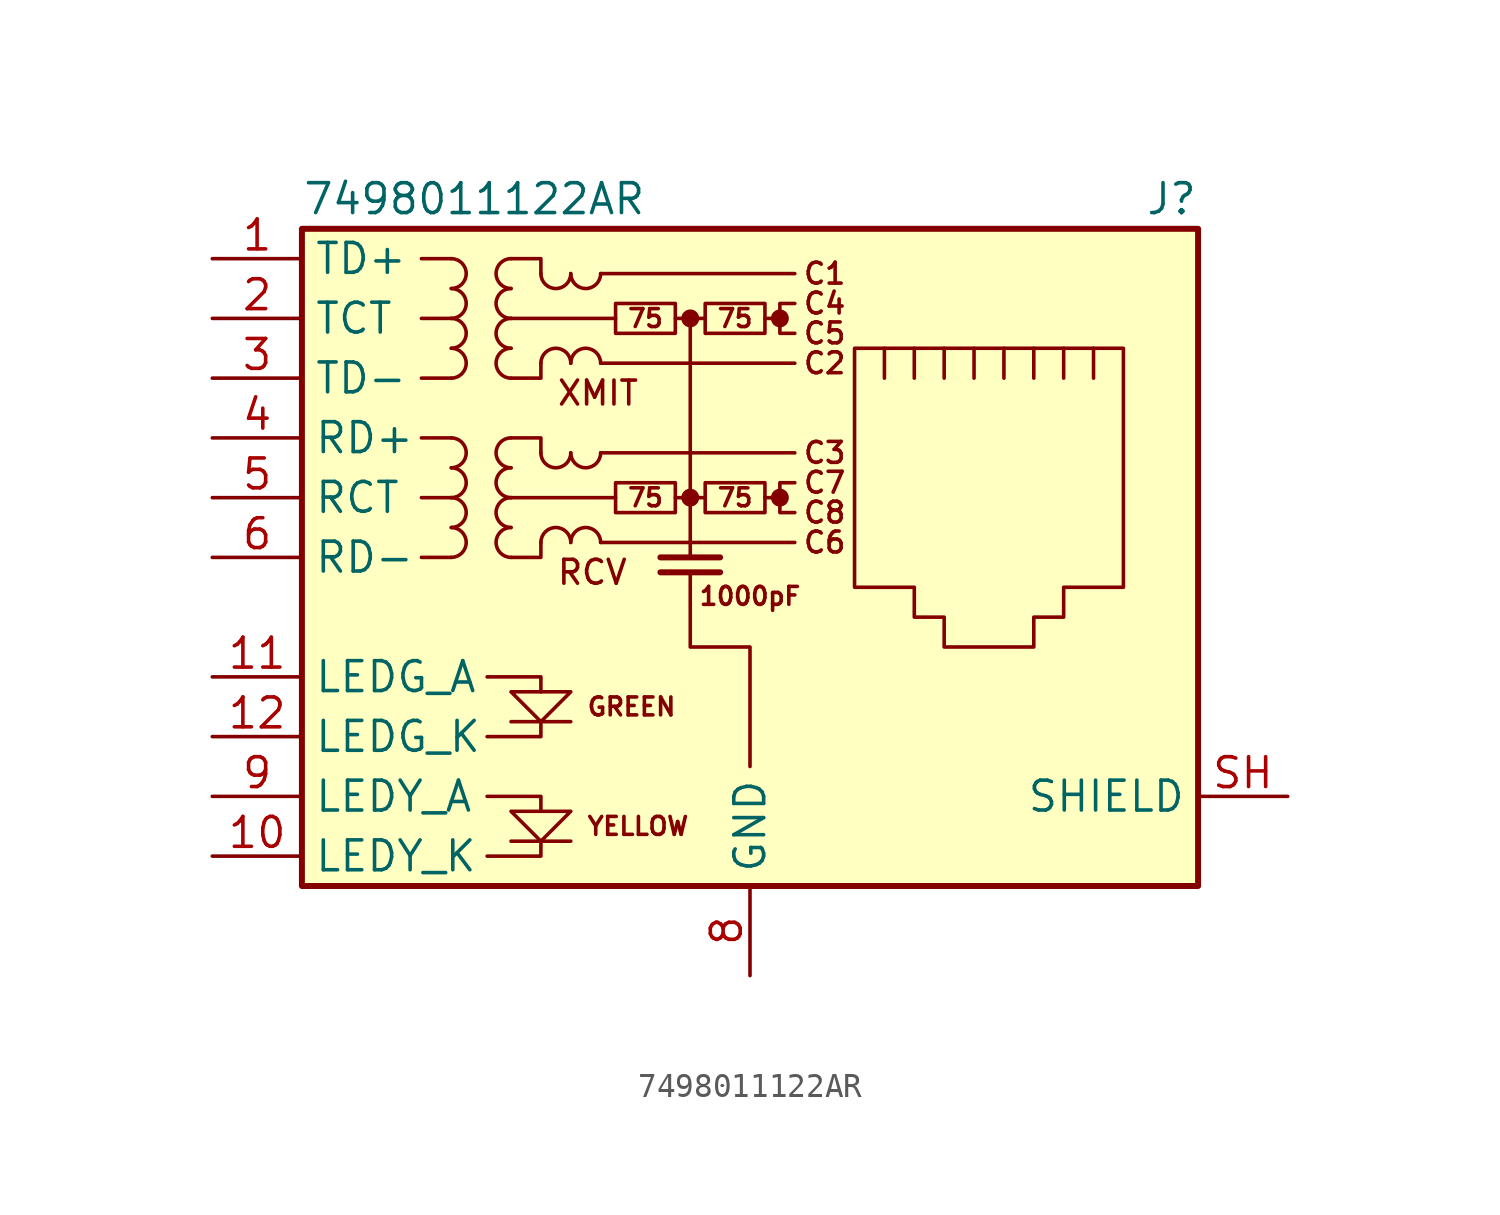
<source format=kicad_sym>
(kicad_symbol_lib
  (version 20220914)
  (generator kicad_symbol_editor)
  (symbol "7498011122AR"
    (property "Reference" "J"
      (at 19.05 15.24 0)
      (effects (font (size 1.27 1.27)) (justify right)))
    (property "Value" "7498011122AR"
      (at -19.05 15.24 0)
      (effects (font (size 1.27 1.27)) (justify left)))
    (symbol "7498011122AR_0_0"
      (circle (center -2.54 2.54) (radius 0.254) (stroke (width 0.254) (type default)) (fill (type outline)))
      (circle (center -2.54 10.16) (radius 0.254) (stroke (width 0.254) (type default)) (fill (type outline)))
      (polyline (pts (xy -7.62 -12.065) (xy -10.16 -12.065)) (stroke (width 0) (type default)) (fill (type none)))
      (polyline (pts (xy -7.62 -6.985) (xy -10.16 -6.985)) (stroke (width 0) (type default)) (fill (type none)))
      (polyline (pts (xy -2.54 10.16) (xy -2.54 0)) (stroke (width 0) (type default)) (fill (type none)))
      (polyline (pts (xy -1.27 -0.635) (xy -3.81 -0.635)) (stroke (width 0.254) (type default)) (fill (type none)))
      (polyline (pts (xy -1.27 0) (xy -3.81 0)) (stroke (width 0.254) (type default)) (fill (type none)))
      (polyline (pts (xy 1.27 2.54) (xy 0.635 2.54)) (stroke (width 0) (type default)) (fill (type none)))
      (polyline (pts (xy 1.27 10.16) (xy 0.635 10.16)) (stroke (width 0) (type default)) (fill (type none)))
      (polyline (pts (xy -11.176 -12.7) (xy -8.89 -12.7) (xy -8.89 -12.065)) (stroke (width 0) (type default)) (fill (type none)))
      (polyline (pts (xy -11.176 -10.16) (xy -8.89 -10.16) (xy -8.89 -10.795)) (stroke (width 0) (type default)) (fill (type none)))
      (polyline (pts (xy -11.176 -5.08) (xy -8.89 -5.08) (xy -8.89 -5.715)) (stroke (width 0) (type default)) (fill (type none)))
      (polyline (pts (xy -8.89 -6.985) (xy -8.89 -7.62) (xy -11.176 -7.62)) (stroke (width 0) (type default)) (fill (type none)))
      (polyline (pts (xy -10.16 -5.715) (xy -7.62 -5.715) (xy -8.89 -6.985) (xy -10.16 -5.715)) (stroke (width 0) (type default)) (fill (type none)))
      (polyline (pts (xy -7.62 -10.795) (xy -10.16 -10.795) (xy -8.89 -12.065) (xy -7.62 -10.795)) (stroke (width 0) (type default)) (fill (type none)))
      (polyline (pts (xy -2.54 -0.635) (xy -2.54 -3.81) (xy 0 -3.81) (xy 0 -8.89)) (stroke (width 0) (type default)) (fill (type none)))
      (polyline (pts (xy 1.905 3.175) (xy 1.27 3.175) (xy 1.27 1.905) (xy 1.905 1.905)) (stroke (width 0) (type default)) (fill (type none)))
      (polyline (pts (xy 1.905 10.795) (xy 1.27 10.795) (xy 1.27 9.525) (xy 1.905 9.525)) (stroke (width 0) (type default)) (fill (type none)))
      (circle (center 1.27 2.54) (radius 0.254) (stroke (width 0.254) (type default)) (fill (type outline)))
      (circle (center 1.27 10.16) (radius 0.254) (stroke (width 0.254) (type default)) (fill (type outline)))
      (text "1000pF" (at 0 -1.651 0) (effects (font (size 0.762 0.762))))
      (text "75" (at -4.445 2.54 0) (effects (font (size 0.762 0.762))))
      (text "75" (at -4.445 10.16 0) (effects (font (size 0.762 0.762))))
      (text "75" (at -0.635 2.54 0) (effects (font (size 0.762 0.762))))
      (text "75" (at -0.635 10.16 0) (effects (font (size 0.762 0.762))))
      (text "C1" (at 3.175 12.065 0) (effects (font (size 0.889 0.889))))
      (text "C2" (at 3.175 8.255 0) (effects (font (size 0.889 0.889))))
      (text "C3" (at 3.175 4.445 0) (effects (font (size 0.889 0.889))))
      (text "C4" (at 3.175 10.795 0) (effects (font (size 0.889 0.889))))
      (text "C5" (at 3.175 9.525 0) (effects (font (size 0.889 0.889))))
      (text "C6" (at 3.175 0.635 0) (effects (font (size 0.889 0.889))))
      (text "C7" (at 3.175 3.175 0) (effects (font (size 0.889 0.889))))
      (text "C8" (at 3.175 1.905 0) (effects (font (size 0.889 0.889))))
      (text "GREEN" (at -6.985 -6.35 0) (effects (font (size 0.762 0.762)) (justify left)))
      (text "RCV" (at -8.255 -0.635 0) (effects (font (size 1.016 1.016)) (justify left)))
      (text "XMIT" (at -8.255 6.985 0) (effects (font (size 1.016 1.016)) (justify left)))
      (text "YELLOW" (at -6.985 -11.43 0) (effects (font (size 0.762 0.762)) (justify left))))
    (symbol "7498011122AR_0_1"
      (rectangle (start -19.05 13.97) (end 19.05 -13.97) (stroke (width 0.254) (type default)) (fill (type background)))
      (arc (start -12.7 0) (mid -12.0677 0.635) (end -12.7 1.27) (stroke (width 0) (type default)) (fill (type none)))
      (arc (start -12.7 1.27) (mid -12.0677 1.905) (end -12.7 2.54) (stroke (width 0) (type default)) (fill (type none)))
      (arc (start -12.7 2.54) (mid -12.0677 3.175) (end -12.7 3.81) (stroke (width 0) (type default)) (fill (type none)))
      (arc (start -12.7 3.81) (mid -12.0677 4.445) (end -12.7 5.08) (stroke (width 0) (type default)) (fill (type none)))
      (arc (start -12.7 7.62) (mid -12.0677 8.255) (end -12.7 8.89) (stroke (width 0) (type default)) (fill (type none)))
      (arc (start -12.7 8.89) (mid -12.0677 9.525) (end -12.7 10.16) (stroke (width 0) (type default)) (fill (type none)))
      (arc (start -12.7 10.16) (mid -12.0677 10.795) (end -12.7 11.43) (stroke (width 0) (type default)) (fill (type none)))
      (arc (start -12.7 11.43) (mid -12.0677 12.065) (end -12.7 12.7) (stroke (width 0) (type default)) (fill (type none)))
      (arc (start -10.16 1.27) (mid -10.7923 0.635) (end -10.16 0) (stroke (width 0) (type default)) (fill (type none)))
      (arc (start -10.16 2.54) (mid -10.7923 1.905) (end -10.16 1.27) (stroke (width 0) (type default)) (fill (type none)))
      (arc (start -10.16 3.81) (mid -10.7923 3.175) (end -10.16 2.54) (stroke (width 0) (type default)) (fill (type none)))
      (arc (start -10.16 5.08) (mid -10.7923 4.445) (end -10.16 3.81) (stroke (width 0) (type default)) (fill (type none)))
      (arc (start -10.16 8.89) (mid -10.7923 8.255) (end -10.16 7.62) (stroke (width 0) (type default)) (fill (type none)))
      (arc (start -10.16 10.16) (mid -10.7923 9.525) (end -10.16 8.89) (stroke (width 0) (type default)) (fill (type none)))
      (arc (start -10.16 11.43) (mid -10.7923 10.795) (end -10.16 10.16) (stroke (width 0) (type default)) (fill (type none)))
      (arc (start -10.16 12.7) (mid -10.7923 12.065) (end -10.16 11.43) (stroke (width 0) (type default)) (fill (type none)))
      (arc (start -8.89 4.445) (mid -8.255 3.8127) (end -7.62 4.445) (stroke (width 0) (type default)) (fill (type none)))
      (arc (start -8.89 12.065) (mid -8.255 11.4327) (end -7.62 12.065) (stroke (width 0) (type default)) (fill (type none)))
      (arc (start -7.62 0.635) (mid -8.255 1.2673) (end -8.89 0.635) (stroke (width 0) (type default)) (fill (type none)))
      (arc (start -7.62 4.445) (mid -6.985 3.8127) (end -6.35 4.445) (stroke (width 0) (type default)) (fill (type none)))
      (arc (start -7.62 8.255) (mid -8.255 8.8873) (end -8.89 8.255) (stroke (width 0) (type default)) (fill (type none)))
      (arc (start -7.62 12.065) (mid -6.985 11.4327) (end -6.35 12.065) (stroke (width 0) (type default)) (fill (type none)))
      (arc (start -6.35 0.635) (mid -6.985 1.2673) (end -7.62 0.635) (stroke (width 0) (type default)) (fill (type none)))
      (arc (start -6.35 8.255) (mid -6.985 8.8873) (end -7.62 8.255) (stroke (width 0) (type default)) (fill (type none)))
      (rectangle (start -5.715 3.175) (end -3.175 1.905) (stroke (width 0) (type default)) (fill (type none)))
      (rectangle (start -5.715 10.795) (end -3.175 9.525) (stroke (width 0) (type default)) (fill (type none)))
      (rectangle (start -1.905 3.175) (end 0.635 1.905) (stroke (width 0) (type default)) (fill (type none)))
      (rectangle (start -1.905 10.795) (end 0.635 9.525) (stroke (width 0) (type default)) (fill (type none)))
      (polyline (pts (xy -12.7 0) (xy -13.97 0)) (stroke (width 0) (type default)) (fill (type none)))
      (polyline (pts (xy -12.7 2.54) (xy -13.97 2.54)) (stroke (width 0) (type default)) (fill (type none)))
      (polyline (pts (xy -12.7 5.08) (xy -13.97 5.08)) (stroke (width 0) (type default)) (fill (type none)))
      (polyline (pts (xy -12.7 7.62) (xy -13.97 7.62)) (stroke (width 0) (type default)) (fill (type none)))
      (polyline (pts (xy -12.7 10.16) (xy -13.97 10.16)) (stroke (width 0) (type default)) (fill (type none)))
      (polyline (pts (xy -12.7 12.7) (xy -13.97 12.7)) (stroke (width 0) (type default)) (fill (type none)))
      (polyline (pts (xy -6.35 0.635) (xy 1.905 0.635)) (stroke (width 0) (type default)) (fill (type none)))
      (polyline (pts (xy -6.35 4.445) (xy 1.905 4.445)) (stroke (width 0) (type default)) (fill (type none)))
      (polyline (pts (xy -6.35 8.255) (xy 1.905 8.255)) (stroke (width 0) (type default)) (fill (type none)))
      (polyline (pts (xy -6.35 12.065) (xy 1.905 12.065)) (stroke (width 0) (type default)) (fill (type none)))
      (polyline (pts (xy -5.715 2.54) (xy -10.16 2.54)) (stroke (width 0) (type default)) (fill (type none)))
      (polyline (pts (xy -5.715 10.16) (xy -10.16 10.16)) (stroke (width 0) (type default)) (fill (type none)))
      (polyline (pts (xy -3.175 2.54) (xy -1.905 2.54)) (stroke (width 0) (type default)) (fill (type none)))
      (polyline (pts (xy -3.175 10.16) (xy -1.905 10.16)) (stroke (width 0) (type default)) (fill (type none)))
      (polyline (pts (xy 5.715 7.62) (xy 5.715 8.89)) (stroke (width 0) (type default)) (fill (type none)))
      (polyline (pts (xy 6.985 8.89) (xy 6.985 7.62)) (stroke (width 0) (type default)) (fill (type none)))
      (polyline (pts (xy 8.255 8.89) (xy 8.255 7.62)) (stroke (width 0) (type default)) (fill (type none)))
      (polyline (pts (xy 9.525 8.89) (xy 9.525 7.62)) (stroke (width 0) (type default)) (fill (type none)))
      (polyline (pts (xy 10.795 8.89) (xy 10.795 7.62)) (stroke (width 0) (type default)) (fill (type none)))
      (polyline (pts (xy 12.065 8.89) (xy 12.065 7.62)) (stroke (width 0) (type default)) (fill (type none)))
      (polyline (pts (xy 13.335 7.62) (xy 13.335 8.89)) (stroke (width 0) (type default)) (fill (type none)))
      (polyline (pts (xy 14.605 7.62) (xy 14.605 8.89)) (stroke (width 0) (type default)) (fill (type none)))
      (polyline (pts (xy -10.16 5.08) (xy -8.89 5.08) (xy -8.89 4.445)) (stroke (width 0) (type default)) (fill (type none)))
      (polyline (pts (xy -10.16 12.7) (xy -8.89 12.7) (xy -8.89 12.065)) (stroke (width 0) (type default)) (fill (type none)))
      (polyline (pts (xy -8.89 0.635) (xy -8.89 0) (xy -10.16 0)) (stroke (width 0) (type default)) (fill (type none)))
      (polyline (pts (xy -8.89 8.255) (xy -8.89 7.62) (xy -10.16 7.62)) (stroke (width 0) (type default)) (fill (type none)))
      (polyline (pts (xy 4.445 8.89) (xy 15.875 8.89) (xy 15.875 -1.27) (xy 13.335 -1.27) (xy 13.335 -2.54) (xy 12.065 -2.54) (xy 12.065 -3.81) (xy 8.255 -3.81) (xy 8.255 -2.54) (xy 6.985 -2.54) (xy 6.985 -1.27) (xy 4.445 -1.27) (xy 4.445 8.89)) (stroke (width 0) (type default)) (fill (type none))))
    (symbol "7498011122AR_1_1"
      (pin passive line (at -22.86 12.7 0) (length 3.81) (name "TD+" (effects (font (size 1.27 1.27)))) (number "1" (effects (font (size 1.27 1.27)))))
      (pin passive line (at -22.86 -12.7 0) (length 3.81) (name "LEDY_K" (effects (font (size 1.27 1.27)))) (number "10" (effects (font (size 1.27 1.27)))))
      (pin passive line (at -22.86 -5.08 0) (length 3.81) (name "LEDG_A" (effects (font (size 1.27 1.27)))) (number "11" (effects (font (size 1.27 1.27)))))
      (pin passive line (at -22.86 -7.62 0) (length 3.81) (name "LEDG_K" (effects (font (size 1.27 1.27)))) (number "12" (effects (font (size 1.27 1.27)))))
      (pin passive line (at -22.86 10.16 0) (length 3.81) (name "TCT" (effects (font (size 1.27 1.27)))) (number "2" (effects (font (size 1.27 1.27)))))
      (pin passive line (at -22.86 7.62 0) (length 3.81) (name "TD-" (effects (font (size 1.27 1.27)))) (number "3" (effects (font (size 1.27 1.27)))))
      (pin passive line (at -22.86 5.08 0) (length 3.81) (name "RD+" (effects (font (size 1.27 1.27)))) (number "4" (effects (font (size 1.27 1.27)))))
      (pin passive line (at -22.86 2.54 0) (length 3.81) (name "RCT" (effects (font (size 1.27 1.27)))) (number "5" (effects (font (size 1.27 1.27)))))
      (pin passive line (at -22.86 0 0) (length 3.81) (name "RD-" (effects (font (size 1.27 1.27)))) (number "6" (effects (font (size 1.27 1.27)))))
      (pin no_connect line (at 5.08 -5.08 0) (length 0) hide (name "NC" (effects (font (size 1.27 1.27)))) (number "7" (effects (font (size 1.27 1.27)))))
      (pin power_in line (at 0 -17.78 90) (length 3.81) (name "GND" (effects (font (size 1.27 1.27)))) (number "8" (effects (font (size 1.27 1.27)))))
      (pin passive line (at -22.86 -10.16 0) (length 3.81) (name "LEDY_A" (effects (font (size 1.27 1.27)))) (number "9" (effects (font (size 1.27 1.27)))))
      (pin passive line (at 22.86 -10.16 180) (length 3.81) (name "SHIELD" (effects (font (size 1.27 1.27)))) (number "SH" (effects (font (size 1.27 1.27))))))))
</source>
